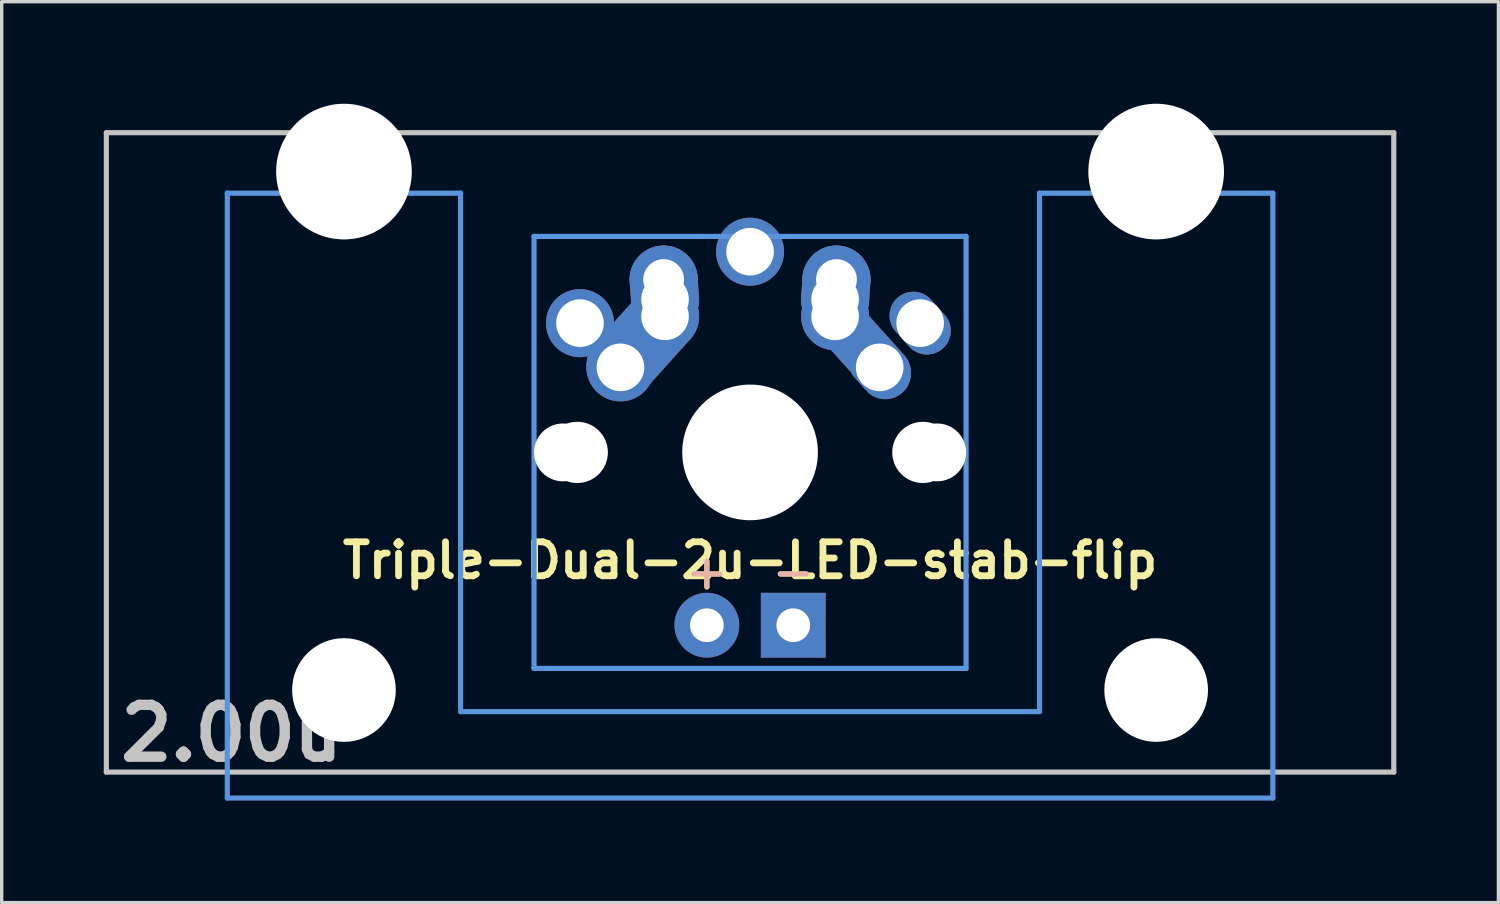
<source format=kicad_pcb>
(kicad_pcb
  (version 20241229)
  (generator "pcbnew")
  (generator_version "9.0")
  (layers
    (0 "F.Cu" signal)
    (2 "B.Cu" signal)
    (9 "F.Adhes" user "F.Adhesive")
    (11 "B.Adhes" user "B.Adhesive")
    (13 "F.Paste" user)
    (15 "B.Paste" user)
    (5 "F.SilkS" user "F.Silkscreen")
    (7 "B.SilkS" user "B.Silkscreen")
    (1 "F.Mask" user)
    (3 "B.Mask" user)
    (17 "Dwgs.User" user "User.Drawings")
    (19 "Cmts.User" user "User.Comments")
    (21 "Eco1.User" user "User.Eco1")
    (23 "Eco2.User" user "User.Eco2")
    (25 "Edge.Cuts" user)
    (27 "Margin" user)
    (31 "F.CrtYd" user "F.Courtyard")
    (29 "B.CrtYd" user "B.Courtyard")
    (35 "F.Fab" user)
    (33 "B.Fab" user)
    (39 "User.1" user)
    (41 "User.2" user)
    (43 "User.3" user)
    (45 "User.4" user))
  (footprint "Triple-Dual-2u-LED-stab-flip"
    (layer "F.Cu")
    (at 18.999 10.249)
    (property "Reference" "Triple-Dual-2u-LED-stab-flip" (at 0 3.175 0) (layer "F.SilkS") (effects (font (size 1 1) (thickness 0.2))))
    (attr through_hole)
    (fp_line (start -18.923 -9.398) (end 18.923 -9.398) (stroke (width 0.152) (type solid)) (layer "Dwgs.User"))
    (fp_line (start -18.923 9.398) (end -18.923 -9.398) (stroke (width 0.152) (type solid)) (layer "Dwgs.User"))
    (fp_line (start 18.923 -9.398) (end 18.923 9.398) (stroke (width 0.152) (type solid)) (layer "Dwgs.User"))
    (fp_line (start 18.923 9.398) (end -18.923 9.398) (stroke (width 0.152) (type solid)) (layer "Dwgs.User"))
    (fp_line (start -15.367 -7.62) (end -15.367 10.16) (stroke (width 0.152) (type solid)) (layer "Cmts.User"))
    (fp_line (start -15.367 10.16) (end 15.367 10.16) (stroke (width 0.152) (type solid)) (layer "Cmts.User"))
    (fp_line (start -8.509 -7.62) (end -15.367 -7.62) (stroke (width 0.152) (type solid)) (layer "Cmts.User"))
    (fp_line (start -8.509 7.62) (end -8.509 -7.62) (stroke (width 0.152) (type solid)) (layer "Cmts.User"))
    (fp_line (start -6.35 -6.35) (end 6.35 -6.35) (stroke (width 0.152) (type solid)) (layer "Cmts.User"))
    (fp_line (start -6.35 6.35) (end -6.35 -6.35) (stroke (width 0.152) (type solid)) (layer "Cmts.User"))
    (fp_line (start 6.35 -6.35) (end 6.35 6.35) (stroke (width 0.152) (type solid)) (layer "Cmts.User"))
    (fp_line (start 6.35 6.35) (end -6.35 6.35) (stroke (width 0.152) (type solid)) (layer "Cmts.User"))
    (fp_line (start 8.509 -7.62) (end 8.509 7.62) (stroke (width 0.152) (type solid)) (layer "Cmts.User"))
    (fp_line (start 8.509 7.62) (end -8.509 7.62) (stroke (width 0.152) (type solid)) (layer "Cmts.User"))
    (fp_line (start 15.367 -7.62) (end 8.509 -7.62) (stroke (width 0.152) (type solid)) (layer "Cmts.User"))
    (fp_line (start 15.367 10.16) (end 15.367 -7.62) (stroke (width 0.152) (type solid)) (layer "Cmts.User"))
    (fp_line (start -16.129 -2.286) (end -15.265 -2.286) (stroke (width 0.152) (type solid)) (layer "Eco2.User"))
    (fp_line (start -16.129 0.508) (end -16.129 -2.286) (stroke (width 0.152) (type solid)) (layer "Eco2.User"))
    (fp_line (start -15.265 -5.69) (end -8.611 -5.69) (stroke (width 0.152) (type solid)) (layer "Eco2.User"))
    (fp_line (start -15.265 -2.286) (end -15.265 -5.69) (stroke (width 0.152) (type solid)) (layer "Eco2.User"))
    (fp_line (start -15.265 0.508) (end -16.129 0.508) (stroke (width 0.152) (type solid)) (layer "Eco2.User"))
    (fp_line (start -15.265 6.604) (end -15.265 0.508) (stroke (width 0.152) (type solid)) (layer "Eco2.User"))
    (fp_line (start -14.224 6.604) (end -15.265 6.604) (stroke (width 0.152) (type solid)) (layer "Eco2.User"))
    (fp_line (start -14.224 7.772) (end -14.224 6.604) (stroke (width 0.152) (type solid)) (layer "Eco2.User"))
    (fp_line (start -9.652 6.604) (end -9.652 7.772) (stroke (width 0.152) (type solid)) (layer "Eco2.User"))
    (fp_line (start -9.652 7.772) (end -14.224 7.772) (stroke (width 0.152) (type solid)) (layer "Eco2.User"))
    (fp_line (start -8.611 -5.69) (end -8.611 -4.877) (stroke (width 0.152) (type solid)) (layer "Eco2.User"))
    (fp_line (start -8.611 -4.877) (end -6.985 -4.877) (stroke (width 0.152) (type solid)) (layer "Eco2.User"))
    (fp_line (start -8.611 5.817) (end -8.611 6.604) (stroke (width 0.152) (type solid)) (layer "Eco2.User"))
    (fp_line (start -8.611 6.604) (end -9.652 6.604) (stroke (width 0.152) (type solid)) (layer "Eco2.User"))
    (fp_line (start -6.985 -6.985) (end 6.985 -6.985) (stroke (width 0.152) (type solid)) (layer "Eco2.User"))
    (fp_line (start -6.985 -4.877) (end -6.985 -6.985) (stroke (width 0.152) (type solid)) (layer "Eco2.User"))
    (fp_line (start -6.985 5.817) (end -8.611 5.817) (stroke (width 0.152) (type solid)) (layer "Eco2.User"))
    (fp_line (start -6.985 6.985) (end -6.985 5.817) (stroke (width 0.152) (type solid)) (layer "Eco2.User"))
    (fp_line (start 6.985 -6.985) (end 6.985 -4.877) (stroke (width 0.152) (type solid)) (layer "Eco2.User"))
    (fp_line (start 6.985 -4.877) (end 8.611 -4.877) (stroke (width 0.152) (type solid)) (layer "Eco2.User"))
    (fp_line (start 6.985 5.817) (end 6.985 6.985) (stroke (width 0.152) (type solid)) (layer "Eco2.User"))
    (fp_line (start 6.985 6.985) (end -6.985 6.985) (stroke (width 0.152) (type solid)) (layer "Eco2.User"))
    (fp_line (start 8.611 -5.69) (end 15.265 -5.69) (stroke (width 0.152) (type solid)) (layer "Eco2.User"))
    (fp_line (start 8.611 -4.877) (end 8.611 -5.69) (stroke (width 0.152) (type solid)) (layer "Eco2.User"))
    (fp_line (start 8.611 5.817) (end 6.985 5.817) (stroke (width 0.152) (type solid)) (layer "Eco2.User"))
    (fp_line (start 8.611 6.604) (end 8.611 5.817) (stroke (width 0.152) (type solid)) (layer "Eco2.User"))
    (fp_line (start 9.652 6.604) (end 8.611 6.604) (stroke (width 0.152) (type solid)) (layer "Eco2.User"))
    (fp_line (start 9.652 7.772) (end 9.652 6.604) (stroke (width 0.152) (type solid)) (layer "Eco2.User"))
    (fp_line (start 14.224 6.604) (end 14.224 7.772) (stroke (width 0.152) (type solid)) (layer "Eco2.User"))
    (fp_line (start 14.224 7.772) (end 9.652 7.772) (stroke (width 0.152) (type solid)) (layer "Eco2.User"))
    (fp_line (start 15.265 -5.69) (end 15.265 -2.286) (stroke (width 0.152) (type solid)) (layer "Eco2.User"))
    (fp_line (start 15.265 -2.286) (end 16.129 -2.286) (stroke (width 0.152) (type solid)) (layer "Eco2.User"))
    (fp_line (start 15.265 0.508) (end 15.265 6.604) (stroke (width 0.152) (type solid)) (layer "Eco2.User"))
    (fp_line (start 15.265 6.604) (end 14.224 6.604) (stroke (width 0.152) (type solid)) (layer "Eco2.User"))
    (fp_line (start 16.129 -2.286) (end 16.129 0.508) (stroke (width 0.152) (type solid)) (layer "Eco2.User"))
    (fp_line (start 16.129 0.508) (end 15.265 0.508) (stroke (width 0.152) (type solid)) (layer "Eco2.User"))
    (fp_text user "+" (at -1.27 3.5 0) (layer "F.SilkS") (effects (font (size 1 1) (thickness 0.15))))
    (fp_text user "-" (at 1.27 3.5 0) (layer "F.SilkS") (effects (font (size 1 1) (thickness 0.15))))
    (fp_text user "+" (at -1.27 3.5 0) (layer "B.SilkS") (effects (font (size 1 1) (thickness 0.15)) (justify mirror)))
    (fp_text user "-" (at 1.27 3.5 0) (layer "B.SilkS") (effects (font (size 1 1) (thickness 0.15)) (justify mirror)))
    (fp_text user "2.00u" (at -15.24 8.255 0) (layer "Dwgs.User") (effects (font (size 1.524 1.524) (thickness 0.305))))
    (pad "" np_thru_hole circle (at -11.938 -8.255) (size 3.988 3.988) (drill 3.988) (layers "*.Cu"))
    (pad "" np_thru_hole circle (at -11.938 6.985) (size 3.048 3.048) (drill 3.048) (layers "*.Cu"))
    (pad "" np_thru_hole circle (at -5.5 0) (size 1.7 1.7) (drill 1.7) (layers "*.Cu"))
    (pad "" np_thru_hole circle (at -5.08 0) (size 1.8 1.8) (drill 1.8) (layers "*.Cu"))
    (pad "" np_thru_hole circle (at 0 0) (size 3.988 3.988) (drill 3.988) (layers "*.Cu"))
    (pad "" np_thru_hole circle (at 5.08 0) (size 1.8 1.8) (drill 1.8) (layers "*.Cu"))
    (pad "" np_thru_hole circle (at 5.5 0) (size 1.7 1.7) (drill 1.7) (layers "*.Cu"))
    (pad "" np_thru_hole circle (at 11.938 -8.255) (size 3.988 3.988) (drill 3.988) (layers "*.Cu"))
    (pad "" np_thru_hole circle (at 11.938 6.985) (size 3.048 3.048) (drill 3.048) (layers "*.Cu"))
    (pad "1" thru_hole circle (at -5 -3.8) (size 2 2) (drill 1.4) (layers "*.Cu" "*.Mask"))
    (pad "1" thru_hole circle (at -3.81 -2.5 3.9) (size 2 2) (drill 1.4) (layers "*.Cu" "*.Mask"))
    (pad "1" smd oval (at -3.155 -3.27 138.1) (size 2 3.962) (layers "F.Cu" "F.Mask" "F.Paste"))
    (pad "1" smd oval (at -3.155 -3.27 138.1) (size 2 3.962) (layers "B.Cu" "B.Mask" "B.Paste"))
    (pad "1" thru_hole circle (at -2.54 -5.08) (size 2 2) (drill 1.2) (layers "*.Cu" "*.Mask"))
    (pad "1" smd oval (at -2.52 -4.79 3.9) (size 2 2.58) (layers "F.Cu" "F.Mask" "F.Paste"))
    (pad "1" smd oval (at -2.52 -4.79 3.9) (size 2 2.58) (layers "B.Cu" "B.Mask" "B.Paste"))
    (pad "1" thru_hole circle (at -2.5 -4.5) (size 2 2) (drill 1.4) (layers "*.Cu" "*.Mask"))
    (pad "1" thru_hole circle (at -2.5 -4) (size 2 2) (drill 1.4) (layers "*.Cu" "*.Mask"))
    (pad "1" thru_hole oval (at 5 -3.8 221.9) (size 1.4 2) (drill 1.4) (layers "*.Cu" "*.Mask"))
    (pad "2" thru_hole circle (at 0 -5.9) (size 2 2) (drill 1.4) (layers "*.Cu" "*.Mask"))
    (pad "2" thru_hole circle (at 2.5 -4.5 3.9) (size 2 2) (drill 1.4) (layers "*.Cu" "*.Mask"))
    (pad "2" thru_hole circle (at 2.5 -4 3.9) (size 2 2) (drill 1.4) (layers "*.Cu" "*.Mask"))
    (pad "2" smd oval (at 2.52 -4.79 356.1) (size 2 2.581) (layers "F.Cu" "F.Mask" "F.Paste"))
    (pad "2" smd oval (at 2.52 -4.79 356.1) (size 2 2.581) (layers "B.Cu" "B.Mask" "B.Paste"))
    (pad "2" thru_hole circle (at 2.54 -5.08 3.9) (size 2 2) (drill 1.2) (layers "*.Cu" "*.Mask"))
    (pad "2" smd oval (at 3.155 -3.27 221.9) (size 1.5 3.962) (layers "F.Cu" "F.Mask" "F.Paste"))
    (pad "2" smd oval (at 3.155 -3.27 221.9) (size 1.5 3.962) (layers "B.Cu" "B.Mask" "B.Paste"))
    (pad "2" thru_hole oval (at 3.81 -2.5 221.9) (size 1.5 2) (drill 1.4) (layers "*.Cu" "*.Mask"))
    (pad "3" thru_hole circle (at -1.27 5.08) (size 1.905 1.905) (drill 0.991) (layers "*.Cu" "*.Mask"))
    (pad "4" thru_hole rect (at 1.27 5.08) (size 1.905 1.905) (drill 0.991) (layers "*.Cu" "*.Mask")))
  (gr_rect
    (start -3 -3)
    (end 40.998 23.485)
    (stroke (width 0.1) (type default))
    (fill no)
    (layer "Edge.Cuts")))
</source>
